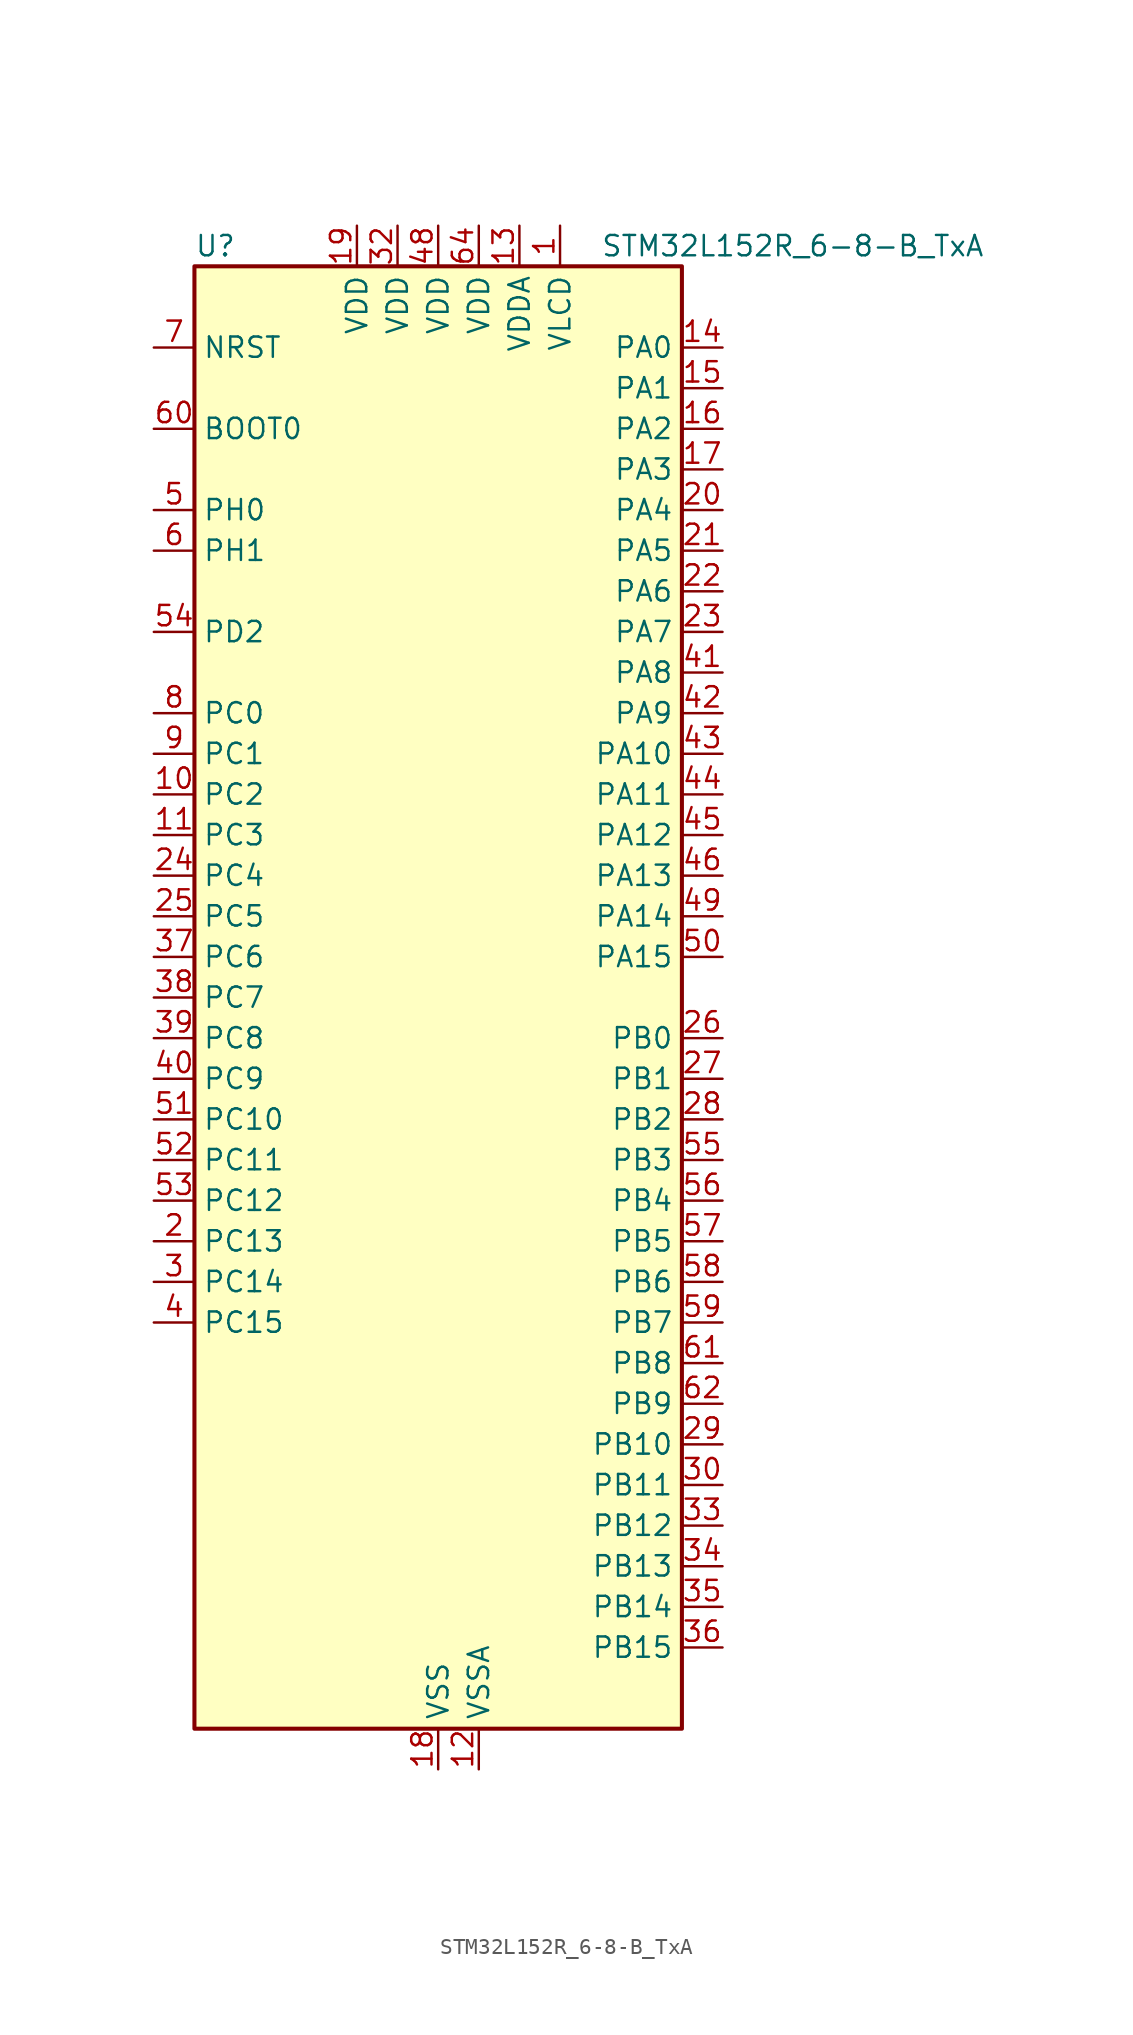
<source format=kicad_sym>
(kicad_symbol_lib
  (version 20241209)
  (generator "kicad_symbol_editor")
  (generator_version "9.0")
  (symbol "STM32L152R_6-8-B_TxA"
    (property "Reference" "U"
      (at -15.24 46.99 0)
      (effects (font (size 1.27 1.27)) (justify left)))
    (property "Value" "STM32L152R_6-8-B_TxA"
      (at 10.16 46.99 0)
      (effects (font (size 1.27 1.27)) (justify left)))
    (symbol "STM32L152R_6-8-B_TxA_0_1"
      (rectangle (start -15.24 -45.72) (end 15.24 45.72) (stroke (width 0.254) (type default)) (fill (type background))))
    (symbol "STM32L152R_6-8-B_TxA_1_1"
      (pin input line (at -17.78 40.64 0) (length 2.54) (name "NRST" (effects (font (size 1.27 1.27)))) (number "7" (effects (font (size 1.27 1.27)))))
      (pin input line (at -17.78 35.56 0) (length 2.54) (name "BOOT0" (effects (font (size 1.27 1.27)))) (number "60" (effects (font (size 1.27 1.27)))))
      (pin bidirectional line (at -17.78 30.48 0) (length 2.54) (name "PH0" (effects (font (size 1.27 1.27)))) (number "5" (effects (font (size 1.27 1.27)))) (alternate "RCC_OSC_IN" bidirectional line))
      (pin bidirectional line (at -17.78 27.94 0) (length 2.54) (name "PH1" (effects (font (size 1.27 1.27)))) (number "6" (effects (font (size 1.27 1.27)))) (alternate "RCC_OSC_OUT" bidirectional line))
      (pin bidirectional line (at -17.78 22.86 0) (length 2.54) (name "PD2" (effects (font (size 1.27 1.27)))) (number "54" (effects (font (size 1.27 1.27)))) (alternate "LCD_COM7" bidirectional line) (alternate "LCD_SEG31" bidirectional line) (alternate "LCD_SEG43" bidirectional line) (alternate "TIM3_ETR" bidirectional line) (alternate "TIMX_IC3" bidirectional line))
      (pin bidirectional line (at -17.78 17.78 0) (length 2.54) (name "PC0" (effects (font (size 1.27 1.27)))) (number "8" (effects (font (size 1.27 1.27)))) (alternate "ADC_IN10" bidirectional line) (alternate "COMP1_INP" bidirectional line) (alternate "LCD_SEG18" bidirectional line) (alternate "TIMX_IC1" bidirectional line) (alternate "TS_G8_IO1" bidirectional line))
      (pin bidirectional line (at -17.78 15.24 0) (length 2.54) (name "PC1" (effects (font (size 1.27 1.27)))) (number "9" (effects (font (size 1.27 1.27)))) (alternate "ADC_IN11" bidirectional line) (alternate "COMP1_INP" bidirectional line) (alternate "LCD_SEG19" bidirectional line) (alternate "TIMX_IC2" bidirectional line) (alternate "TS_G8_IO2" bidirectional line))
      (pin bidirectional line (at -17.78 12.7 0) (length 2.54) (name "PC2" (effects (font (size 1.27 1.27)))) (number "10" (effects (font (size 1.27 1.27)))) (alternate "ADC_IN12" bidirectional line) (alternate "COMP1_INP" bidirectional line) (alternate "LCD_SEG20" bidirectional line) (alternate "TIMX_IC3" bidirectional line) (alternate "TS_G8_IO3" bidirectional line))
      (pin bidirectional line (at -17.78 10.16 0) (length 2.54) (name "PC3" (effects (font (size 1.27 1.27)))) (number "11" (effects (font (size 1.27 1.27)))) (alternate "ADC_IN13" bidirectional line) (alternate "COMP1_INP" bidirectional line) (alternate "LCD_SEG21" bidirectional line) (alternate "TIMX_IC4" bidirectional line) (alternate "TS_G8_IO4" bidirectional line))
      (pin bidirectional line (at -17.78 7.62 0) (length 2.54) (name "PC4" (effects (font (size 1.27 1.27)))) (number "24" (effects (font (size 1.27 1.27)))) (alternate "ADC_IN14" bidirectional line) (alternate "COMP1_INP" bidirectional line) (alternate "LCD_SEG22" bidirectional line) (alternate "TIMX_IC1" bidirectional line) (alternate "TS_G9_IO1" bidirectional line))
      (pin bidirectional line (at -17.78 5.08 0) (length 2.54) (name "PC5" (effects (font (size 1.27 1.27)))) (number "25" (effects (font (size 1.27 1.27)))) (alternate "ADC_IN15" bidirectional line) (alternate "COMP1_INP" bidirectional line) (alternate "LCD_SEG23" bidirectional line) (alternate "TIMX_IC2" bidirectional line) (alternate "TS_G9_IO2" bidirectional line))
      (pin bidirectional line (at -17.78 2.54 0) (length 2.54) (name "PC6" (effects (font (size 1.27 1.27)))) (number "37" (effects (font (size 1.27 1.27)))) (alternate "LCD_SEG24" bidirectional line) (alternate "TIM3_CH1" bidirectional line) (alternate "TIMX_IC3" bidirectional line) (alternate "TS_G10_IO1" bidirectional line))
      (pin bidirectional line (at -17.78 0 0) (length 2.54) (name "PC7" (effects (font (size 1.27 1.27)))) (number "38" (effects (font (size 1.27 1.27)))) (alternate "LCD_SEG25" bidirectional line) (alternate "TIM3_CH2" bidirectional line) (alternate "TIMX_IC4" bidirectional line) (alternate "TS_G10_IO2" bidirectional line))
      (pin bidirectional line (at -17.78 -2.54 0) (length 2.54) (name "PC8" (effects (font (size 1.27 1.27)))) (number "39" (effects (font (size 1.27 1.27)))) (alternate "LCD_SEG26" bidirectional line) (alternate "TIM3_CH3" bidirectional line) (alternate "TIMX_IC1" bidirectional line) (alternate "TS_G10_IO3" bidirectional line))
      (pin bidirectional line (at -17.78 -5.08 0) (length 2.54) (name "PC9" (effects (font (size 1.27 1.27)))) (number "40" (effects (font (size 1.27 1.27)))) (alternate "DAC_EXTI9" bidirectional line) (alternate "LCD_SEG27" bidirectional line) (alternate "TIM3_CH4" bidirectional line) (alternate "TIMX_IC2" bidirectional line) (alternate "TS_G10_IO4" bidirectional line))
      (pin bidirectional line (at -17.78 -7.62 0) (length 2.54) (name "PC10" (effects (font (size 1.27 1.27)))) (number "51" (effects (font (size 1.27 1.27)))) (alternate "LCD_COM4" bidirectional line) (alternate "LCD_SEG28" bidirectional line) (alternate "LCD_SEG40" bidirectional line) (alternate "TIMX_IC3" bidirectional line) (alternate "USART3_TX" bidirectional line))
      (pin bidirectional line (at -17.78 -10.16 0) (length 2.54) (name "PC11" (effects (font (size 1.27 1.27)))) (number "52" (effects (font (size 1.27 1.27)))) (alternate "ADC_EXTI11" bidirectional line) (alternate "LCD_COM5" bidirectional line) (alternate "LCD_SEG29" bidirectional line) (alternate "LCD_SEG41" bidirectional line) (alternate "TIMX_IC4" bidirectional line) (alternate "USART3_RX" bidirectional line))
      (pin bidirectional line (at -17.78 -12.7 0) (length 2.54) (name "PC12" (effects (font (size 1.27 1.27)))) (number "53" (effects (font (size 1.27 1.27)))) (alternate "LCD_COM6" bidirectional line) (alternate "LCD_SEG30" bidirectional line) (alternate "LCD_SEG42" bidirectional line) (alternate "TIMX_IC1" bidirectional line) (alternate "USART3_CK" bidirectional line))
      (pin bidirectional line (at -17.78 -15.24 0) (length 2.54) (name "PC13" (effects (font (size 1.27 1.27)))) (number "2" (effects (font (size 1.27 1.27)))) (alternate "RTC_OUT_ALARM" bidirectional line) (alternate "RTC_OUT_CALIB" bidirectional line) (alternate "RTC_TAMP1" bidirectional line) (alternate "RTC_TS" bidirectional line) (alternate "SYS_WKUP2" bidirectional line) (alternate "TIMX_IC2" bidirectional line))
      (pin bidirectional line (at -17.78 -17.78 0) (length 2.54) (name "PC14" (effects (font (size 1.27 1.27)))) (number "3" (effects (font (size 1.27 1.27)))) (alternate "RCC_OSC32_IN" bidirectional line) (alternate "TIMX_IC3" bidirectional line))
      (pin bidirectional line (at -17.78 -20.32 0) (length 2.54) (name "PC15" (effects (font (size 1.27 1.27)))) (number "4" (effects (font (size 1.27 1.27)))) (alternate "ADC_EXTI15" bidirectional line) (alternate "RCC_OSC32_OUT" bidirectional line) (alternate "TIMX_IC4" bidirectional line))
      (pin power_in line (at -5.08 48.26 270) (length 2.54) (name "VDD" (effects (font (size 1.27 1.27)))) (number "19" (effects (font (size 1.27 1.27)))))
      (pin power_in line (at -2.54 48.26 270) (length 2.54) (name "VDD" (effects (font (size 1.27 1.27)))) (number "32" (effects (font (size 1.27 1.27)))))
      (pin power_in line (at 0 48.26 270) (length 2.54) (name "VDD" (effects (font (size 1.27 1.27)))) (number "48" (effects (font (size 1.27 1.27)))))
      (pin power_in line (at 0 -48.26 90) (length 2.54) (name "VSS" (effects (font (size 1.27 1.27)))) (number "18" (effects (font (size 1.27 1.27)))))
      (pin passive line (at 0 -48.26 90) (length 2.54) (hide yes) (name "VSS" (effects (font (size 1.27 1.27)))) (number "31" (effects (font (size 1.27 1.27)))))
      (pin passive line (at 0 -48.26 90) (length 2.54) (hide yes) (name "VSS" (effects (font (size 1.27 1.27)))) (number "47" (effects (font (size 1.27 1.27)))))
      (pin passive line (at 0 -48.26 90) (length 2.54) (hide yes) (name "VSS" (effects (font (size 1.27 1.27)))) (number "63" (effects (font (size 1.27 1.27)))))
      (pin power_in line (at 2.54 48.26 270) (length 2.54) (name "VDD" (effects (font (size 1.27 1.27)))) (number "64" (effects (font (size 1.27 1.27)))))
      (pin power_in line (at 2.54 -48.26 90) (length 2.54) (name "VSSA" (effects (font (size 1.27 1.27)))) (number "12" (effects (font (size 1.27 1.27)))))
      (pin power_in line (at 5.08 48.26 270) (length 2.54) (name "VDDA" (effects (font (size 1.27 1.27)))) (number "13" (effects (font (size 1.27 1.27)))))
      (pin power_in line (at 7.62 48.26 270) (length 2.54) (name "VLCD" (effects (font (size 1.27 1.27)))) (number "1" (effects (font (size 1.27 1.27)))))
      (pin bidirectional line (at 17.78 40.64 180) (length 2.54) (name "PA0" (effects (font (size 1.27 1.27)))) (number "14" (effects (font (size 1.27 1.27)))) (alternate "ADC_IN0" bidirectional line) (alternate "COMP1_INP" bidirectional line) (alternate "RTC_TAMP2" bidirectional line) (alternate "SYS_WKUP1" bidirectional line) (alternate "TIM2_CH1" bidirectional line) (alternate "TIM2_ETR" bidirectional line) (alternate "TIMX_IC1" bidirectional line) (alternate "TS_G1_IO1" bidirectional line) (alternate "USART2_CTS" bidirectional line))
      (pin bidirectional line (at 17.78 38.1 180) (length 2.54) (name "PA1" (effects (font (size 1.27 1.27)))) (number "15" (effects (font (size 1.27 1.27)))) (alternate "ADC_IN1" bidirectional line) (alternate "COMP1_INP" bidirectional line) (alternate "LCD_SEG0" bidirectional line) (alternate "TIM2_CH2" bidirectional line) (alternate "TIMX_IC2" bidirectional line) (alternate "TS_G1_IO2" bidirectional line) (alternate "USART2_RTS" bidirectional line))
      (pin bidirectional line (at 17.78 35.56 180) (length 2.54) (name "PA2" (effects (font (size 1.27 1.27)))) (number "16" (effects (font (size 1.27 1.27)))) (alternate "ADC_IN2" bidirectional line) (alternate "COMP1_INP" bidirectional line) (alternate "LCD_SEG1" bidirectional line) (alternate "TIM2_CH3" bidirectional line) (alternate "TIM9_CH1" bidirectional line) (alternate "TIMX_IC3" bidirectional line) (alternate "TS_G1_IO3" bidirectional line) (alternate "USART2_TX" bidirectional line))
      (pin bidirectional line (at 17.78 33.02 180) (length 2.54) (name "PA3" (effects (font (size 1.27 1.27)))) (number "17" (effects (font (size 1.27 1.27)))) (alternate "ADC_IN3" bidirectional line) (alternate "COMP1_INP" bidirectional line) (alternate "LCD_SEG2" bidirectional line) (alternate "TIM2_CH4" bidirectional line) (alternate "TIM9_CH2" bidirectional line) (alternate "TIMX_IC4" bidirectional line) (alternate "TS_G1_IO4" bidirectional line) (alternate "USART2_RX" bidirectional line))
      (pin bidirectional line (at 17.78 30.48 180) (length 2.54) (name "PA4" (effects (font (size 1.27 1.27)))) (number "20" (effects (font (size 1.27 1.27)))) (alternate "ADC_IN4" bidirectional line) (alternate "COMP1_INP" bidirectional line) (alternate "DAC_OUT1" bidirectional line) (alternate "SPI1_NSS" bidirectional line) (alternate "TIMX_IC1" bidirectional line) (alternate "USART2_CK" bidirectional line))
      (pin bidirectional line (at 17.78 27.94 180) (length 2.54) (name "PA5" (effects (font (size 1.27 1.27)))) (number "21" (effects (font (size 1.27 1.27)))) (alternate "ADC_IN5" bidirectional line) (alternate "COMP1_INP" bidirectional line) (alternate "DAC_OUT2" bidirectional line) (alternate "SPI1_SCK" bidirectional line) (alternate "TIM2_CH1" bidirectional line) (alternate "TIM2_ETR" bidirectional line) (alternate "TIMX_IC2" bidirectional line))
      (pin bidirectional line (at 17.78 25.4 180) (length 2.54) (name "PA6" (effects (font (size 1.27 1.27)))) (number "22" (effects (font (size 1.27 1.27)))) (alternate "ADC_IN6" bidirectional line) (alternate "COMP1_INP" bidirectional line) (alternate "LCD_SEG3" bidirectional line) (alternate "SPI1_MISO" bidirectional line) (alternate "TIM10_CH1" bidirectional line) (alternate "TIM3_CH1" bidirectional line) (alternate "TIMX_IC3" bidirectional line) (alternate "TS_G2_IO1" bidirectional line))
      (pin bidirectional line (at 17.78 22.86 180) (length 2.54) (name "PA7" (effects (font (size 1.27 1.27)))) (number "23" (effects (font (size 1.27 1.27)))) (alternate "ADC_IN7" bidirectional line) (alternate "COMP1_INP" bidirectional line) (alternate "LCD_SEG4" bidirectional line) (alternate "SPI1_MOSI" bidirectional line) (alternate "TIM11_CH1" bidirectional line) (alternate "TIM3_CH2" bidirectional line) (alternate "TIMX_IC4" bidirectional line) (alternate "TS_G2_IO2" bidirectional line))
      (pin bidirectional line (at 17.78 20.32 180) (length 2.54) (name "PA8" (effects (font (size 1.27 1.27)))) (number "41" (effects (font (size 1.27 1.27)))) (alternate "LCD_COM0" bidirectional line) (alternate "RCC_MCO" bidirectional line) (alternate "TIMX_IC1" bidirectional line) (alternate "TS_G4_IO1" bidirectional line) (alternate "USART1_CK" bidirectional line))
      (pin bidirectional line (at 17.78 17.78 180) (length 2.54) (name "PA9" (effects (font (size 1.27 1.27)))) (number "42" (effects (font (size 1.27 1.27)))) (alternate "DAC_EXTI9" bidirectional line) (alternate "LCD_COM1" bidirectional line) (alternate "TIMX_IC2" bidirectional line) (alternate "TS_G4_IO2" bidirectional line) (alternate "USART1_TX" bidirectional line))
      (pin bidirectional line (at 17.78 15.24 180) (length 2.54) (name "PA10" (effects (font (size 1.27 1.27)))) (number "43" (effects (font (size 1.27 1.27)))) (alternate "LCD_COM2" bidirectional line) (alternate "TIMX_IC3" bidirectional line) (alternate "TS_G4_IO3" bidirectional line) (alternate "USART1_RX" bidirectional line))
      (pin bidirectional line (at 17.78 12.7 180) (length 2.54) (name "PA11" (effects (font (size 1.27 1.27)))) (number "44" (effects (font (size 1.27 1.27)))) (alternate "ADC_EXTI11" bidirectional line) (alternate "SPI1_MISO" bidirectional line) (alternate "TIMX_IC4" bidirectional line) (alternate "USART1_CTS" bidirectional line) (alternate "USB_DM" bidirectional line))
      (pin bidirectional line (at 17.78 10.16 180) (length 2.54) (name "PA12" (effects (font (size 1.27 1.27)))) (number "45" (effects (font (size 1.27 1.27)))) (alternate "SPI1_MOSI" bidirectional line) (alternate "TIMX_IC1" bidirectional line) (alternate "USART1_RTS" bidirectional line) (alternate "USB_DP" bidirectional line))
      (pin bidirectional line (at 17.78 7.62 180) (length 2.54) (name "PA13" (effects (font (size 1.27 1.27)))) (number "46" (effects (font (size 1.27 1.27)))) (alternate "SYS_JTMS-SWDIO" bidirectional line) (alternate "TIMX_IC2" bidirectional line) (alternate "TS_G5_IO1" bidirectional line))
      (pin bidirectional line (at 17.78 5.08 180) (length 2.54) (name "PA14" (effects (font (size 1.27 1.27)))) (number "49" (effects (font (size 1.27 1.27)))) (alternate "SYS_JTCK-SWCLK" bidirectional line) (alternate "TIMX_IC3" bidirectional line) (alternate "TS_G5_IO2" bidirectional line))
      (pin bidirectional line (at 17.78 2.54 180) (length 2.54) (name "PA15" (effects (font (size 1.27 1.27)))) (number "50" (effects (font (size 1.27 1.27)))) (alternate "ADC_EXTI15" bidirectional line) (alternate "LCD_SEG17" bidirectional line) (alternate "SPI1_NSS" bidirectional line) (alternate "SYS_JTDI" bidirectional line) (alternate "TIM2_CH1" bidirectional line) (alternate "TIM2_ETR" bidirectional line) (alternate "TIMX_IC4" bidirectional line) (alternate "TS_G5_IO3" bidirectional line))
      (pin bidirectional line (at 17.78 -2.54 180) (length 2.54) (name "PB0" (effects (font (size 1.27 1.27)))) (number "26" (effects (font (size 1.27 1.27)))) (alternate "ADC_IN8" bidirectional line) (alternate "COMP1_INP" bidirectional line) (alternate "LCD_SEG5" bidirectional line) (alternate "SYS_V_REF_OUT" bidirectional line) (alternate "TIM3_CH3" bidirectional line) (alternate "TS_G3_IO1" bidirectional line))
      (pin bidirectional line (at 17.78 -5.08 180) (length 2.54) (name "PB1" (effects (font (size 1.27 1.27)))) (number "27" (effects (font (size 1.27 1.27)))) (alternate "ADC_IN9" bidirectional line) (alternate "COMP1_INP" bidirectional line) (alternate "LCD_SEG6" bidirectional line) (alternate "SYS_V_REF_OUT" bidirectional line) (alternate "TIM3_CH4" bidirectional line) (alternate "TS_G3_IO2" bidirectional line))
      (pin bidirectional line (at 17.78 -7.62 180) (length 2.54) (name "PB2" (effects (font (size 1.27 1.27)))) (number "28" (effects (font (size 1.27 1.27)))) (alternate "TS_G3_IO3" bidirectional line))
      (pin bidirectional line (at 17.78 -10.16 180) (length 2.54) (name "PB3" (effects (font (size 1.27 1.27)))) (number "55" (effects (font (size 1.27 1.27)))) (alternate "COMP2_INM" bidirectional line) (alternate "LCD_SEG7" bidirectional line) (alternate "SPI1_SCK" bidirectional line) (alternate "SYS_JTDO-TRACESWO" bidirectional line) (alternate "TIM2_CH2" bidirectional line))
      (pin bidirectional line (at 17.78 -12.7 180) (length 2.54) (name "PB4" (effects (font (size 1.27 1.27)))) (number "56" (effects (font (size 1.27 1.27)))) (alternate "COMP2_INP" bidirectional line) (alternate "LCD_SEG8" bidirectional line) (alternate "SPI1_MISO" bidirectional line) (alternate "SYS_JTRST" bidirectional line) (alternate "TIM3_CH1" bidirectional line) (alternate "TS_G6_IO1" bidirectional line))
      (pin bidirectional line (at 17.78 -15.24 180) (length 2.54) (name "PB5" (effects (font (size 1.27 1.27)))) (number "57" (effects (font (size 1.27 1.27)))) (alternate "COMP2_INP" bidirectional line) (alternate "I2C1_SMBA" bidirectional line) (alternate "LCD_SEG9" bidirectional line) (alternate "SPI1_MOSI" bidirectional line) (alternate "TIM3_CH2" bidirectional line) (alternate "TS_G6_IO2" bidirectional line))
      (pin bidirectional line (at 17.78 -17.78 180) (length 2.54) (name "PB6" (effects (font (size 1.27 1.27)))) (number "58" (effects (font (size 1.27 1.27)))) (alternate "I2C1_SCL" bidirectional line) (alternate "TIM4_CH1" bidirectional line) (alternate "TS_G6_IO3" bidirectional line) (alternate "USART1_TX" bidirectional line))
      (pin bidirectional line (at 17.78 -20.32 180) (length 2.54) (name "PB7" (effects (font (size 1.27 1.27)))) (number "59" (effects (font (size 1.27 1.27)))) (alternate "I2C1_SDA" bidirectional line) (alternate "SYS_PVD_IN" bidirectional line) (alternate "TIM4_CH2" bidirectional line) (alternate "TS_G6_IO4" bidirectional line) (alternate "USART1_RX" bidirectional line))
      (pin bidirectional line (at 17.78 -22.86 180) (length 2.54) (name "PB8" (effects (font (size 1.27 1.27)))) (number "61" (effects (font (size 1.27 1.27)))) (alternate "I2C1_SCL" bidirectional line) (alternate "LCD_SEG16" bidirectional line) (alternate "TIM10_CH1" bidirectional line) (alternate "TIM4_CH3" bidirectional line))
      (pin bidirectional line (at 17.78 -25.4 180) (length 2.54) (name "PB9" (effects (font (size 1.27 1.27)))) (number "62" (effects (font (size 1.27 1.27)))) (alternate "DAC_EXTI9" bidirectional line) (alternate "I2C1_SDA" bidirectional line) (alternate "LCD_COM3" bidirectional line) (alternate "TIM11_CH1" bidirectional line) (alternate "TIM4_CH4" bidirectional line))
      (pin bidirectional line (at 17.78 -27.94 180) (length 2.54) (name "PB10" (effects (font (size 1.27 1.27)))) (number "29" (effects (font (size 1.27 1.27)))) (alternate "I2C2_SCL" bidirectional line) (alternate "LCD_SEG10" bidirectional line) (alternate "TIM2_CH3" bidirectional line) (alternate "USART3_TX" bidirectional line))
      (pin bidirectional line (at 17.78 -30.48 180) (length 2.54) (name "PB11" (effects (font (size 1.27 1.27)))) (number "30" (effects (font (size 1.27 1.27)))) (alternate "ADC_EXTI11" bidirectional line) (alternate "I2C2_SDA" bidirectional line) (alternate "LCD_SEG11" bidirectional line) (alternate "TIM2_CH4" bidirectional line) (alternate "USART3_RX" bidirectional line))
      (pin bidirectional line (at 17.78 -33.02 180) (length 2.54) (name "PB12" (effects (font (size 1.27 1.27)))) (number "33" (effects (font (size 1.27 1.27)))) (alternate "ADC_IN18" bidirectional line) (alternate "COMP1_INP" bidirectional line) (alternate "I2C2_SMBA" bidirectional line) (alternate "LCD_SEG12" bidirectional line) (alternate "SPI2_NSS" bidirectional line) (alternate "TIM10_CH1" bidirectional line) (alternate "TS_G7_IO1" bidirectional line) (alternate "USART3_CK" bidirectional line))
      (pin bidirectional line (at 17.78 -35.56 180) (length 2.54) (name "PB13" (effects (font (size 1.27 1.27)))) (number "34" (effects (font (size 1.27 1.27)))) (alternate "ADC_IN19" bidirectional line) (alternate "COMP1_INP" bidirectional line) (alternate "LCD_SEG13" bidirectional line) (alternate "SPI2_SCK" bidirectional line) (alternate "TIM9_CH1" bidirectional line) (alternate "TS_G7_IO2" bidirectional line) (alternate "USART3_CTS" bidirectional line))
      (pin bidirectional line (at 17.78 -38.1 180) (length 2.54) (name "PB14" (effects (font (size 1.27 1.27)))) (number "35" (effects (font (size 1.27 1.27)))) (alternate "ADC_IN20" bidirectional line) (alternate "COMP1_INP" bidirectional line) (alternate "LCD_SEG14" bidirectional line) (alternate "SPI2_MISO" bidirectional line) (alternate "TIM9_CH2" bidirectional line) (alternate "TS_G7_IO3" bidirectional line) (alternate "USART3_RTS" bidirectional line))
      (pin bidirectional line (at 17.78 -40.64 180) (length 2.54) (name "PB15" (effects (font (size 1.27 1.27)))) (number "36" (effects (font (size 1.27 1.27)))) (alternate "ADC_EXTI15" bidirectional line) (alternate "ADC_IN21" bidirectional line) (alternate "COMP1_INP" bidirectional line) (alternate "LCD_SEG15" bidirectional line) (alternate "RTC_REFIN" bidirectional line) (alternate "SPI2_MOSI" bidirectional line) (alternate "TIM11_CH1" bidirectional line) (alternate "TS_G7_IO4" bidirectional line)))))
</source>
